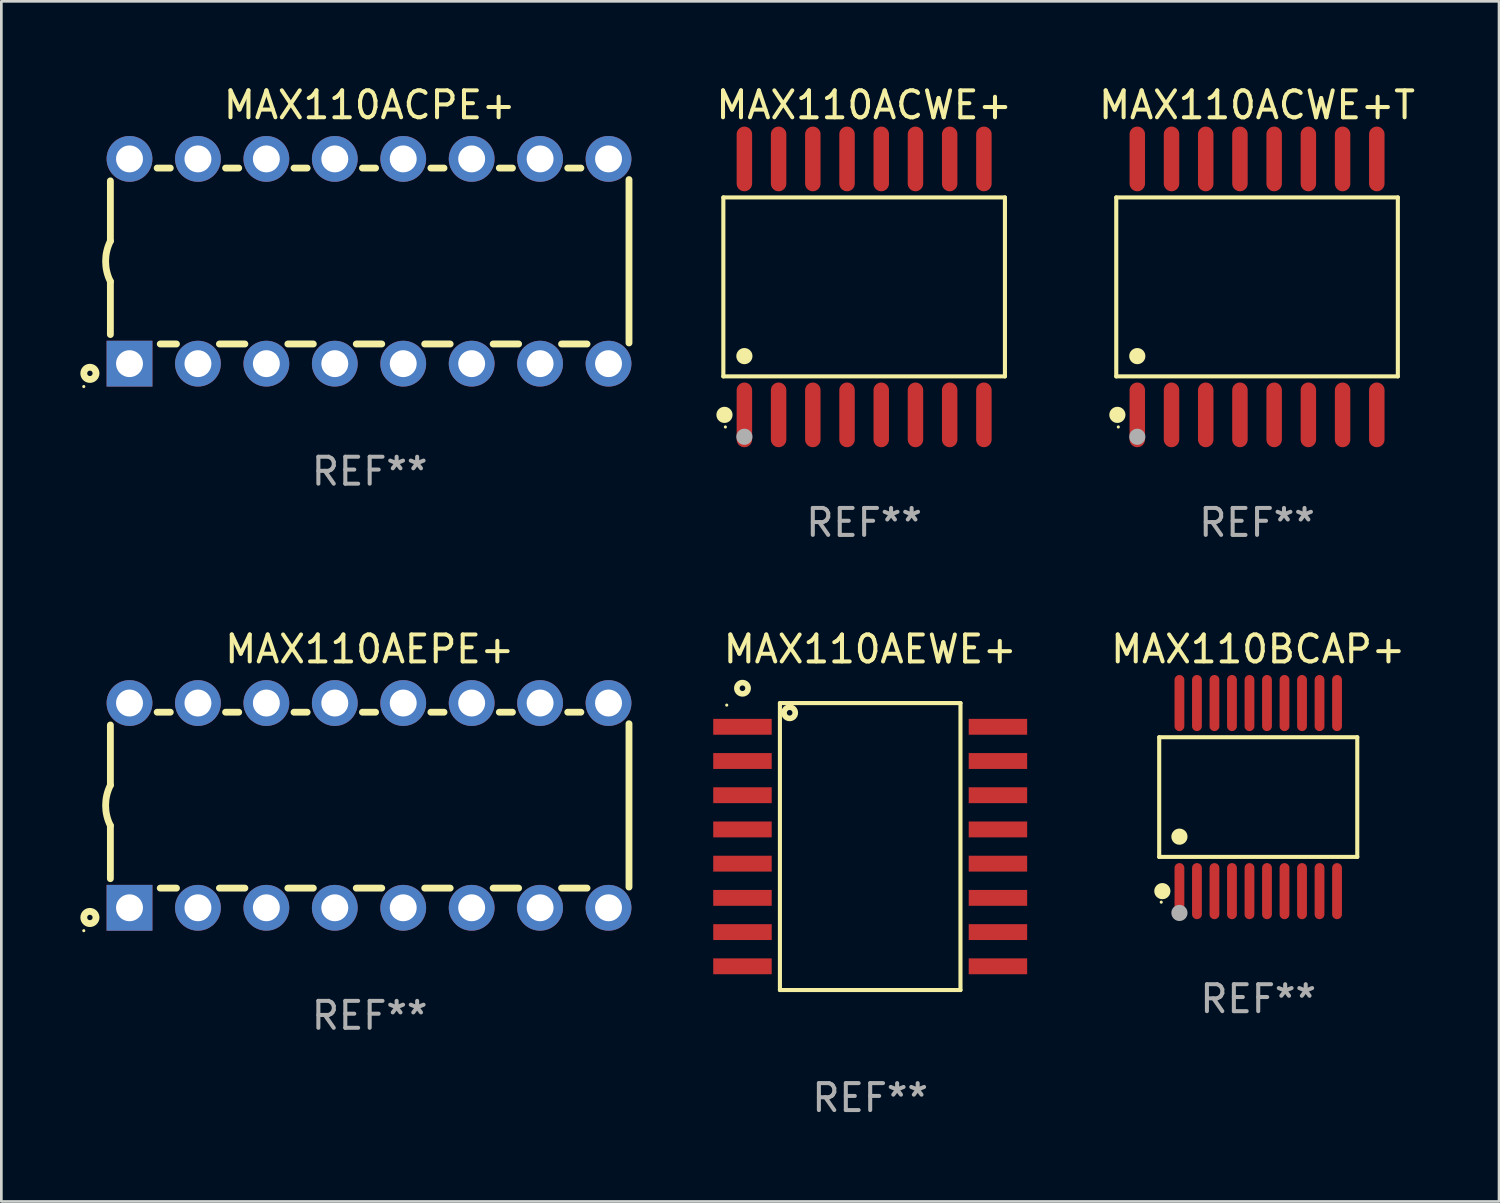
<source format=kicad_pcb>
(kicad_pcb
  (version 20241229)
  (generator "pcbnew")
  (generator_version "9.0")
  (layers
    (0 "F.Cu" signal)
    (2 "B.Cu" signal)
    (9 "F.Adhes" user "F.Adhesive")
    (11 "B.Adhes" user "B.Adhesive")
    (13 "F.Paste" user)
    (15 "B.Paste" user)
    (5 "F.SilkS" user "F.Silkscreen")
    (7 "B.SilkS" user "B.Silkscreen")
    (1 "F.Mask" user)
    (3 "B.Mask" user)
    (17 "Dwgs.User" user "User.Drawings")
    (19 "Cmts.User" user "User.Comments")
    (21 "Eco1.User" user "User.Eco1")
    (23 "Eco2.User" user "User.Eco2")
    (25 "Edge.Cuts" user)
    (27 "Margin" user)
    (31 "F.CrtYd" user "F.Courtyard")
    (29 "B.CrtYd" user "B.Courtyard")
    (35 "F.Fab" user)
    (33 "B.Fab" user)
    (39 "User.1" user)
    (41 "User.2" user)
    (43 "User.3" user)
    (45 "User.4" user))
  (footprint "MAX110AEPE+"
    (layer "F.Cu")
    (at 10.672 26.845)
    (property "Reference" "MAX110AEPE+" (at 0 -5.8 0) (layer "F.SilkS") (effects (font (size 1 1) (thickness 0.15))))
    (attr through_hole)
    (fp_line (start -9.625 -0.75) (end -9.625 -2.985) (stroke (width 0.254) (type solid)) (layer "F.SilkS"))
    (fp_line (start -9.625 0.749) (end -9.625 2.719) (stroke (width 0.254) (type solid)) (layer "F.SilkS"))
    (fp_line (start -7.889 -3.46) (end -7.401 -3.46) (stroke (width 0.254) (type solid)) (layer "F.SilkS"))
    (fp_line (start -7.775 3.07) (end -7.172 3.07) (stroke (width 0.254) (type solid)) (layer "F.SilkS"))
    (fp_line (start -5.578 3.07) (end -4.632 3.07) (stroke (width 0.254) (type solid)) (layer "F.SilkS"))
    (fp_line (start -5.349 -3.46) (end -4.861 -3.46) (stroke (width 0.254) (type solid)) (layer "F.SilkS"))
    (fp_line (start -3.038 3.07) (end -2.092 3.07) (stroke (width 0.254) (type solid)) (layer "F.SilkS"))
    (fp_line (start -2.809 -3.46) (end -2.321 -3.46) (stroke (width 0.254) (type solid)) (layer "F.SilkS"))
    (fp_line (start -0.498 3.07) (end 0.448 3.07) (stroke (width 0.254) (type solid)) (layer "F.SilkS"))
    (fp_line (start -0.269 -3.46) (end 0.219 -3.46) (stroke (width 0.254) (type solid)) (layer "F.SilkS"))
    (fp_line (start 2.042 3.07) (end 2.988 3.07) (stroke (width 0.254) (type solid)) (layer "F.SilkS"))
    (fp_line (start 2.271 -3.46) (end 2.759 -3.46) (stroke (width 0.254) (type solid)) (layer "F.SilkS"))
    (fp_line (start 4.582 3.07) (end 5.528 3.07) (stroke (width 0.254) (type solid)) (layer "F.SilkS"))
    (fp_line (start 4.811 -3.46) (end 5.299 -3.46) (stroke (width 0.254) (type solid)) (layer "F.SilkS"))
    (fp_line (start 7.122 3.07) (end 8.068 3.07) (stroke (width 0.254) (type solid)) (layer "F.SilkS"))
    (fp_line (start 7.351 -3.46) (end 7.839 -3.46) (stroke (width 0.254) (type solid)) (layer "F.SilkS"))
    (fp_line (start 9.625 3.032) (end 9.625 -3.032) (stroke (width 0.254) (type solid)) (layer "F.SilkS"))
    (fp_arc (start -9.62498 0.748819) (mid -9.801899 -0.000581) (end -9.625006 -0.749987) (stroke (width 0.254001) (type solid)) (layer "F.SilkS"))
    (fp_circle (center -10.612 4.65) (end -10.582 4.65) (stroke (width 0.06) (type solid)) (fill no) (layer "F.SilkS"))
    (fp_circle (center -10.385 4.16) (end -10.285 4.16) (stroke (width 0.254) (type solid)) (fill no) (layer "F.SilkS"))
    (fp_text user "REF**" (at 0 7.8 0) (layer "F.Fab") (effects (font (size 1 1) (thickness 0.15))))
    (pad "1" thru_hole rect (at -8.915 3.8 90) (size 1.7 1.7) (drill 1) (layers "*.Cu" "*.Mask"))
    (pad "2" thru_hole circle (at -6.375 3.8) (size 1.7 1.7) (drill 1) (layers "*.Cu" "*.Mask"))
    (pad "3" thru_hole circle (at -3.835 3.8) (size 1.7 1.7) (drill 1) (layers "*.Cu" "*.Mask"))
    (pad "4" thru_hole circle (at -1.295 3.8) (size 1.7 1.7) (drill 1) (layers "*.Cu" "*.Mask"))
    (pad "5" thru_hole circle (at 1.245 3.8) (size 1.7 1.7) (drill 1) (layers "*.Cu" "*.Mask"))
    (pad "6" thru_hole circle (at 3.785 3.8) (size 1.7 1.7) (drill 1) (layers "*.Cu" "*.Mask"))
    (pad "7" thru_hole circle (at 6.325 3.8) (size 1.7 1.7) (drill 1) (layers "*.Cu" "*.Mask"))
    (pad "8" thru_hole circle (at 8.865 3.8) (size 1.7 1.7) (drill 1) (layers "*.Cu" "*.Mask"))
    (pad "9" thru_hole circle (at 8.865 -3.8) (size 1.7 1.7) (drill 1) (layers "*.Cu" "*.Mask"))
    (pad "10" thru_hole circle (at 6.325 -3.8) (size 1.7 1.7) (drill 1) (layers "*.Cu" "*.Mask"))
    (pad "11" thru_hole circle (at 3.785 -3.8) (size 1.7 1.7) (drill 1) (layers "*.Cu" "*.Mask"))
    (pad "12" thru_hole circle (at 1.245 -3.8) (size 1.7 1.7) (drill 1) (layers "*.Cu" "*.Mask"))
    (pad "13" thru_hole circle (at -1.295 -3.8) (size 1.7 1.7) (drill 1) (layers "*.Cu" "*.Mask"))
    (pad "14" thru_hole circle (at -3.835 -3.8) (size 1.7 1.7) (drill 1) (layers "*.Cu" "*.Mask"))
    (pad "15" thru_hole circle (at -6.375 -3.8) (size 1.7 1.7) (drill 1) (layers "*.Cu" "*.Mask"))
    (pad "16" thru_hole circle (at -8.915 -3.8) (size 1.7 1.7) (drill 1) (layers "*.Cu" "*.Mask")))
  (footprint "MAX110AEWE+"
    (layer "F.Cu")
    (at 29.25 28.372)
    (property "Reference" "MAX110AEWE+" (at 0 -7.326 0) (layer "F.SilkS") (effects (font (size 1 1) (thickness 0.15))))
    (attr through_hole)
    (fp_line (start -3.351 -5.326) (end 3.351 -5.326) (stroke (width 0.152) (type solid)) (layer "F.SilkS"))
    (fp_line (start -3.351 5.326) (end -3.351 -5.326) (stroke (width 0.152) (type solid)) (layer "F.SilkS"))
    (fp_line (start 3.351 -5.326) (end 3.351 5.326) (stroke (width 0.152) (type solid)) (layer "F.SilkS"))
    (fp_line (start 3.351 5.326) (end -3.351 5.326) (stroke (width 0.152) (type solid)) (layer "F.SilkS"))
    (fp_circle (center -5.325 -5.25) (end -5.295 -5.25) (stroke (width 0.06) (type solid)) (fill no) (layer "F.SilkS"))
    (fp_circle (center -4.741 -5.876) (end -4.637 -5.876) (stroke (width 0.209) (type solid)) (fill no) (layer "F.SilkS"))
    (fp_circle (center -2.99 -4.965) (end -2.886 -4.965) (stroke (width 0.209) (type solid)) (fill no) (layer "F.SilkS"))
    (fp_text user "REF**" (at 0 9.326 0) (layer "F.Fab") (effects (font (size 1 1) (thickness 0.15))))
    (pad "1" smd rect (at -4.741 -4.445) (size 2.17 0.589) (layers "F.Cu" "F.Mask" "F.Paste"))
    (pad "2" smd rect (at -4.741 -3.175) (size 2.17 0.589) (layers "F.Cu" "F.Mask" "F.Paste"))
    (pad "3" smd rect (at -4.741 -1.905) (size 2.17 0.589) (layers "F.Cu" "F.Mask" "F.Paste"))
    (pad "4" smd rect (at -4.741 -0.635) (size 2.17 0.589) (layers "F.Cu" "F.Mask" "F.Paste"))
    (pad "5" smd rect (at -4.741 0.635) (size 2.17 0.589) (layers "F.Cu" "F.Mask" "F.Paste"))
    (pad "6" smd rect (at -4.741 1.905) (size 2.17 0.589) (layers "F.Cu" "F.Mask" "F.Paste"))
    (pad "7" smd rect (at -4.741 3.175) (size 2.17 0.589) (layers "F.Cu" "F.Mask" "F.Paste"))
    (pad "8" smd rect (at -4.741 4.445) (size 2.17 0.589) (layers "F.Cu" "F.Mask" "F.Paste"))
    (pad "9" smd rect (at 4.741 4.445) (size 2.17 0.589) (layers "F.Cu" "F.Mask" "F.Paste"))
    (pad "10" smd rect (at 4.741 3.175) (size 2.17 0.589) (layers "F.Cu" "F.Mask" "F.Paste"))
    (pad "11" smd rect (at 4.741 1.905) (size 2.17 0.589) (layers "F.Cu" "F.Mask" "F.Paste"))
    (pad "12" smd rect (at 4.741 0.635) (size 2.17 0.589) (layers "F.Cu" "F.Mask" "F.Paste"))
    (pad "13" smd rect (at 4.741 -0.635) (size 2.17 0.589) (layers "F.Cu" "F.Mask" "F.Paste"))
    (pad "14" smd rect (at 4.741 -1.905) (size 2.17 0.589) (layers "F.Cu" "F.Mask" "F.Paste"))
    (pad "15" smd rect (at 4.741 -3.175) (size 2.17 0.589) (layers "F.Cu" "F.Mask" "F.Paste"))
    (pad "16" smd rect (at 4.741 -4.445) (size 2.17 0.589) (layers "F.Cu" "F.Mask" "F.Paste")))
  (footprint "MAX110BCAP+"
    (layer "F.Cu")
    (at 43.653 26.536)
    (property "Reference" "MAX110BCAP+" (at 0 -5.491 0) (layer "F.SilkS") (effects (font (size 1 1) (thickness 0.15))))
    (attr through_hole)
    (fp_line (start -3.676 -2.221) (end 3.676 -2.221) (stroke (width 0.152) (type solid)) (layer "F.SilkS"))
    (fp_line (start -3.676 2.221) (end -3.676 -2.221) (stroke (width 0.152) (type solid)) (layer "F.SilkS"))
    (fp_line (start 3.676 -2.221) (end 3.676 2.221) (stroke (width 0.152) (type solid)) (layer "F.SilkS"))
    (fp_line (start 3.676 2.221) (end -3.676 2.221) (stroke (width 0.152) (type solid)) (layer "F.SilkS"))
    (fp_circle (center -3.6 3.9) (end -3.57 3.9) (stroke (width 0.06) (type solid)) (fill no) (layer "F.SilkS"))
    (fp_circle (center -3.559 3.491) (end -3.409 3.491) (stroke (width 0.3) (type solid)) (fill no) (layer "F.SilkS"))
    (fp_circle (center -2.925 1.469) (end -2.775 1.469) (stroke (width 0.3) (type solid)) (fill no) (layer "F.SilkS"))
    (fp_circle (center -2.925 4.3) (end -2.775 4.3) (stroke (width 0.3) (type solid)) (fill no) (layer "F.Fab"))
    (fp_text user "REF**" (at 0 7.491 0) (layer "F.Fab") (effects (font (size 1 1) (thickness 0.15))))
    (pad "1" smd oval (at -2.925 3.491) (size 0.364 2.082) (layers "F.Cu" "F.Mask" "F.Paste"))
    (pad "2" smd oval (at -2.275 3.491) (size 0.364 2.082) (layers "F.Cu" "F.Mask" "F.Paste"))
    (pad "3" smd oval (at -1.625 3.491) (size 0.364 2.082) (layers "F.Cu" "F.Mask" "F.Paste"))
    (pad "4" smd oval (at -0.975 3.491) (size 0.364 2.082) (layers "F.Cu" "F.Mask" "F.Paste"))
    (pad "5" smd oval (at -0.325 3.491) (size 0.364 2.082) (layers "F.Cu" "F.Mask" "F.Paste"))
    (pad "6" smd oval (at 0.325 3.491) (size 0.364 2.082) (layers "F.Cu" "F.Mask" "F.Paste"))
    (pad "7" smd oval (at 0.975 3.491) (size 0.364 2.082) (layers "F.Cu" "F.Mask" "F.Paste"))
    (pad "8" smd oval (at 1.625 3.491) (size 0.364 2.082) (layers "F.Cu" "F.Mask" "F.Paste"))
    (pad "9" smd oval (at 2.275 3.491) (size 0.364 2.082) (layers "F.Cu" "F.Mask" "F.Paste"))
    (pad "10" smd oval (at 2.925 3.491) (size 0.364 2.082) (layers "F.Cu" "F.Mask" "F.Paste"))
    (pad "11" smd oval (at 2.925 -3.491) (size 0.364 2.082) (layers "F.Cu" "F.Mask" "F.Paste"))
    (pad "12" smd oval (at 2.275 -3.491) (size 0.364 2.082) (layers "F.Cu" "F.Mask" "F.Paste"))
    (pad "13" smd oval (at 1.625 -3.491) (size 0.364 2.082) (layers "F.Cu" "F.Mask" "F.Paste"))
    (pad "14" smd oval (at 0.975 -3.491) (size 0.364 2.082) (layers "F.Cu" "F.Mask" "F.Paste"))
    (pad "15" smd oval (at 0.325 -3.491) (size 0.364 2.082) (layers "F.Cu" "F.Mask" "F.Paste"))
    (pad "16" smd oval (at -0.325 -3.491) (size 0.364 2.082) (layers "F.Cu" "F.Mask" "F.Paste"))
    (pad "17" smd oval (at -0.975 -3.491) (size 0.364 2.082) (layers "F.Cu" "F.Mask" "F.Paste"))
    (pad "18" smd oval (at -1.625 -3.491) (size 0.364 2.082) (layers "F.Cu" "F.Mask" "F.Paste"))
    (pad "19" smd oval (at -2.275 -3.491) (size 0.364 2.082) (layers "F.Cu" "F.Mask" "F.Paste"))
    (pad "20" smd oval (at -2.925 -3.491) (size 0.364 2.082) (layers "F.Cu" "F.Mask" "F.Paste")))
  (footprint "MAX110ACPE+"
    (layer "F.Cu")
    (at 10.672 6.648)
    (property "Reference" "MAX110ACPE+" (at 0 -5.8 0) (layer "F.SilkS") (effects (font (size 1 1) (thickness 0.15))))
    (attr through_hole)
    (fp_line (start -9.625 -0.75) (end -9.625 -2.985) (stroke (width 0.254) (type solid)) (layer "F.SilkS"))
    (fp_line (start -9.625 0.749) (end -9.625 2.719) (stroke (width 0.254) (type solid)) (layer "F.SilkS"))
    (fp_line (start -7.889 -3.46) (end -7.401 -3.46) (stroke (width 0.254) (type solid)) (layer "F.SilkS"))
    (fp_line (start -7.775 3.07) (end -7.172 3.07) (stroke (width 0.254) (type solid)) (layer "F.SilkS"))
    (fp_line (start -5.578 3.07) (end -4.632 3.07) (stroke (width 0.254) (type solid)) (layer "F.SilkS"))
    (fp_line (start -5.349 -3.46) (end -4.861 -3.46) (stroke (width 0.254) (type solid)) (layer "F.SilkS"))
    (fp_line (start -3.038 3.07) (end -2.092 3.07) (stroke (width 0.254) (type solid)) (layer "F.SilkS"))
    (fp_line (start -2.809 -3.46) (end -2.321 -3.46) (stroke (width 0.254) (type solid)) (layer "F.SilkS"))
    (fp_line (start -0.498 3.07) (end 0.448 3.07) (stroke (width 0.254) (type solid)) (layer "F.SilkS"))
    (fp_line (start -0.269 -3.46) (end 0.219 -3.46) (stroke (width 0.254) (type solid)) (layer "F.SilkS"))
    (fp_line (start 2.042 3.07) (end 2.988 3.07) (stroke (width 0.254) (type solid)) (layer "F.SilkS"))
    (fp_line (start 2.271 -3.46) (end 2.759 -3.46) (stroke (width 0.254) (type solid)) (layer "F.SilkS"))
    (fp_line (start 4.582 3.07) (end 5.528 3.07) (stroke (width 0.254) (type solid)) (layer "F.SilkS"))
    (fp_line (start 4.811 -3.46) (end 5.299 -3.46) (stroke (width 0.254) (type solid)) (layer "F.SilkS"))
    (fp_line (start 7.122 3.07) (end 8.068 3.07) (stroke (width 0.254) (type solid)) (layer "F.SilkS"))
    (fp_line (start 7.351 -3.46) (end 7.839 -3.46) (stroke (width 0.254) (type solid)) (layer "F.SilkS"))
    (fp_line (start 9.625 3.032) (end 9.625 -3.032) (stroke (width 0.254) (type solid)) (layer "F.SilkS"))
    (fp_arc (start -9.62498 0.748819) (mid -9.801899 -0.000581) (end -9.625006 -0.749987) (stroke (width 0.254001) (type solid)) (layer "F.SilkS"))
    (fp_circle (center -10.612 4.65) (end -10.582 4.65) (stroke (width 0.06) (type solid)) (fill no) (layer "F.SilkS"))
    (fp_circle (center -10.385 4.16) (end -10.285 4.16) (stroke (width 0.254) (type solid)) (fill no) (layer "F.SilkS"))
    (fp_text user "REF**" (at 0 7.8 0) (layer "F.Fab") (effects (font (size 1 1) (thickness 0.15))))
    (pad "1" thru_hole rect (at -8.915 3.8 90) (size 1.7 1.7) (drill 1) (layers "*.Cu" "*.Mask"))
    (pad "2" thru_hole circle (at -6.375 3.8) (size 1.7 1.7) (drill 1) (layers "*.Cu" "*.Mask"))
    (pad "3" thru_hole circle (at -3.835 3.8) (size 1.7 1.7) (drill 1) (layers "*.Cu" "*.Mask"))
    (pad "4" thru_hole circle (at -1.295 3.8) (size 1.7 1.7) (drill 1) (layers "*.Cu" "*.Mask"))
    (pad "5" thru_hole circle (at 1.245 3.8) (size 1.7 1.7) (drill 1) (layers "*.Cu" "*.Mask"))
    (pad "6" thru_hole circle (at 3.785 3.8) (size 1.7 1.7) (drill 1) (layers "*.Cu" "*.Mask"))
    (pad "7" thru_hole circle (at 6.325 3.8) (size 1.7 1.7) (drill 1) (layers "*.Cu" "*.Mask"))
    (pad "8" thru_hole circle (at 8.865 3.8) (size 1.7 1.7) (drill 1) (layers "*.Cu" "*.Mask"))
    (pad "9" thru_hole circle (at 8.865 -3.8) (size 1.7 1.7) (drill 1) (layers "*.Cu" "*.Mask"))
    (pad "10" thru_hole circle (at 6.325 -3.8) (size 1.7 1.7) (drill 1) (layers "*.Cu" "*.Mask"))
    (pad "11" thru_hole circle (at 3.785 -3.8) (size 1.7 1.7) (drill 1) (layers "*.Cu" "*.Mask"))
    (pad "12" thru_hole circle (at 1.245 -3.8) (size 1.7 1.7) (drill 1) (layers "*.Cu" "*.Mask"))
    (pad "13" thru_hole circle (at -1.295 -3.8) (size 1.7 1.7) (drill 1) (layers "*.Cu" "*.Mask"))
    (pad "14" thru_hole circle (at -3.835 -3.8) (size 1.7 1.7) (drill 1) (layers "*.Cu" "*.Mask"))
    (pad "15" thru_hole circle (at -6.375 -3.8) (size 1.7 1.7) (drill 1) (layers "*.Cu" "*.Mask"))
    (pad "16" thru_hole circle (at -8.915 -3.8) (size 1.7 1.7) (drill 1) (layers "*.Cu" "*.Mask")))
  (footprint "MAX110ACWE+"
    (layer "F.Cu")
    (at 29.025 7.599)
    (property "Reference" "MAX110ACWE+" (at 0 -6.75 0) (layer "F.SilkS") (effects (font (size 1 1) (thickness 0.15))))
    (attr through_hole)
    (fp_line (start -5.226 -3.321) (end 5.226 -3.321) (stroke (width 0.152) (type solid)) (layer "F.SilkS"))
    (fp_line (start -5.226 3.321) (end -5.226 -3.321) (stroke (width 0.152) (type solid)) (layer "F.SilkS"))
    (fp_line (start 5.226 -3.321) (end 5.226 3.321) (stroke (width 0.152) (type solid)) (layer "F.SilkS"))
    (fp_line (start 5.226 3.321) (end -5.226 3.321) (stroke (width 0.152) (type solid)) (layer "F.SilkS"))
    (fp_circle (center -5.184 4.75) (end -5.034 4.75) (stroke (width 0.3) (type solid)) (fill no) (layer "F.SilkS"))
    (fp_circle (center -5.15 5.2) (end -5.12 5.2) (stroke (width 0.06) (type solid)) (fill no) (layer "F.SilkS"))
    (fp_circle (center -4.445 2.569) (end -4.295 2.569) (stroke (width 0.3) (type solid)) (fill no) (layer "F.SilkS"))
    (fp_circle (center -4.445 5.563) (end -4.295 5.563) (stroke (width 0.3) (type solid)) (fill no) (layer "F.Fab"))
    (fp_text user "REF**" (at 0 8.75 0) (layer "F.Fab") (effects (font (size 1 1) (thickness 0.15))))
    (pad "1" smd oval (at -4.445 4.75) (size 0.574 2.401) (layers "F.Cu" "F.Mask" "F.Paste"))
    (pad "2" smd oval (at -3.175 4.75) (size 0.574 2.401) (layers "F.Cu" "F.Mask" "F.Paste"))
    (pad "3" smd oval (at -1.905 4.75) (size 0.574 2.401) (layers "F.Cu" "F.Mask" "F.Paste"))
    (pad "4" smd oval (at -0.635 4.75) (size 0.574 2.401) (layers "F.Cu" "F.Mask" "F.Paste"))
    (pad "5" smd oval (at 0.635 4.75) (size 0.574 2.401) (layers "F.Cu" "F.Mask" "F.Paste"))
    (pad "6" smd oval (at 1.905 4.75) (size 0.574 2.401) (layers "F.Cu" "F.Mask" "F.Paste"))
    (pad "7" smd oval (at 3.175 4.75) (size 0.574 2.401) (layers "F.Cu" "F.Mask" "F.Paste"))
    (pad "8" smd oval (at 4.445 4.75) (size 0.574 2.401) (layers "F.Cu" "F.Mask" "F.Paste"))
    (pad "9" smd oval (at 4.445 -4.75) (size 0.574 2.401) (layers "F.Cu" "F.Mask" "F.Paste"))
    (pad "10" smd oval (at 3.175 -4.75) (size 0.574 2.401) (layers "F.Cu" "F.Mask" "F.Paste"))
    (pad "11" smd oval (at 1.905 -4.75) (size 0.574 2.401) (layers "F.Cu" "F.Mask" "F.Paste"))
    (pad "12" smd oval (at 0.635 -4.75) (size 0.574 2.401) (layers "F.Cu" "F.Mask" "F.Paste"))
    (pad "13" smd oval (at -0.635 -4.75) (size 0.574 2.401) (layers "F.Cu" "F.Mask" "F.Paste"))
    (pad "14" smd oval (at -1.905 -4.75) (size 0.574 2.401) (layers "F.Cu" "F.Mask" "F.Paste"))
    (pad "15" smd oval (at -3.175 -4.75) (size 0.574 2.401) (layers "F.Cu" "F.Mask" "F.Paste"))
    (pad "16" smd oval (at -4.445 -4.75) (size 0.574 2.401) (layers "F.Cu" "F.Mask" "F.Paste")))
  (footprint "MAX110ACWE+T"
    (layer "F.Cu")
    (at 43.609 7.599)
    (property "Reference" "MAX110ACWE+T" (at 0 -6.75 0) (layer "F.SilkS") (effects (font (size 1 1) (thickness 0.15))))
    (attr through_hole)
    (fp_line (start -5.226 -3.321) (end 5.226 -3.321) (stroke (width 0.152) (type solid)) (layer "F.SilkS"))
    (fp_line (start -5.226 3.321) (end -5.226 -3.321) (stroke (width 0.152) (type solid)) (layer "F.SilkS"))
    (fp_line (start 5.226 -3.321) (end 5.226 3.321) (stroke (width 0.152) (type solid)) (layer "F.SilkS"))
    (fp_line (start 5.226 3.321) (end -5.226 3.321) (stroke (width 0.152) (type solid)) (layer "F.SilkS"))
    (fp_circle (center -5.184 4.75) (end -5.034 4.75) (stroke (width 0.3) (type solid)) (fill no) (layer "F.SilkS"))
    (fp_circle (center -5.15 5.2) (end -5.12 5.2) (stroke (width 0.06) (type solid)) (fill no) (layer "F.SilkS"))
    (fp_circle (center -4.445 2.569) (end -4.295 2.569) (stroke (width 0.3) (type solid)) (fill no) (layer "F.SilkS"))
    (fp_circle (center -4.445 5.563) (end -4.295 5.563) (stroke (width 0.3) (type solid)) (fill no) (layer "F.Fab"))
    (fp_text user "REF**" (at 0 8.75 0) (layer "F.Fab") (effects (font (size 1 1) (thickness 0.15))))
    (pad "1" smd oval (at -4.445 4.75) (size 0.574 2.401) (layers "F.Cu" "F.Mask" "F.Paste"))
    (pad "2" smd oval (at -3.175 4.75) (size 0.574 2.401) (layers "F.Cu" "F.Mask" "F.Paste"))
    (pad "3" smd oval (at -1.905 4.75) (size 0.574 2.401) (layers "F.Cu" "F.Mask" "F.Paste"))
    (pad "4" smd oval (at -0.635 4.75) (size 0.574 2.401) (layers "F.Cu" "F.Mask" "F.Paste"))
    (pad "5" smd oval (at 0.635 4.75) (size 0.574 2.401) (layers "F.Cu" "F.Mask" "F.Paste"))
    (pad "6" smd oval (at 1.905 4.75) (size 0.574 2.401) (layers "F.Cu" "F.Mask" "F.Paste"))
    (pad "7" smd oval (at 3.175 4.75) (size 0.574 2.401) (layers "F.Cu" "F.Mask" "F.Paste"))
    (pad "8" smd oval (at 4.445 4.75) (size 0.574 2.401) (layers "F.Cu" "F.Mask" "F.Paste"))
    (pad "9" smd oval (at 4.445 -4.75) (size 0.574 2.401) (layers "F.Cu" "F.Mask" "F.Paste"))
    (pad "10" smd oval (at 3.175 -4.75) (size 0.574 2.401) (layers "F.Cu" "F.Mask" "F.Paste"))
    (pad "11" smd oval (at 1.905 -4.75) (size 0.574 2.401) (layers "F.Cu" "F.Mask" "F.Paste"))
    (pad "12" smd oval (at 0.635 -4.75) (size 0.574 2.401) (layers "F.Cu" "F.Mask" "F.Paste"))
    (pad "13" smd oval (at -0.635 -4.75) (size 0.574 2.401) (layers "F.Cu" "F.Mask" "F.Paste"))
    (pad "14" smd oval (at -1.905 -4.75) (size 0.574 2.401) (layers "F.Cu" "F.Mask" "F.Paste"))
    (pad "15" smd oval (at -3.175 -4.75) (size 0.574 2.401) (layers "F.Cu" "F.Mask" "F.Paste"))
    (pad "16" smd oval (at -4.445 -4.75) (size 0.574 2.401) (layers "F.Cu" "F.Mask" "F.Paste")))
  (gr_rect
    (start -3 -3)
    (end 52.591 41.546)
    (stroke (width 0.1) (type default))
    (fill no)
    (layer "Edge.Cuts")))
</source>
